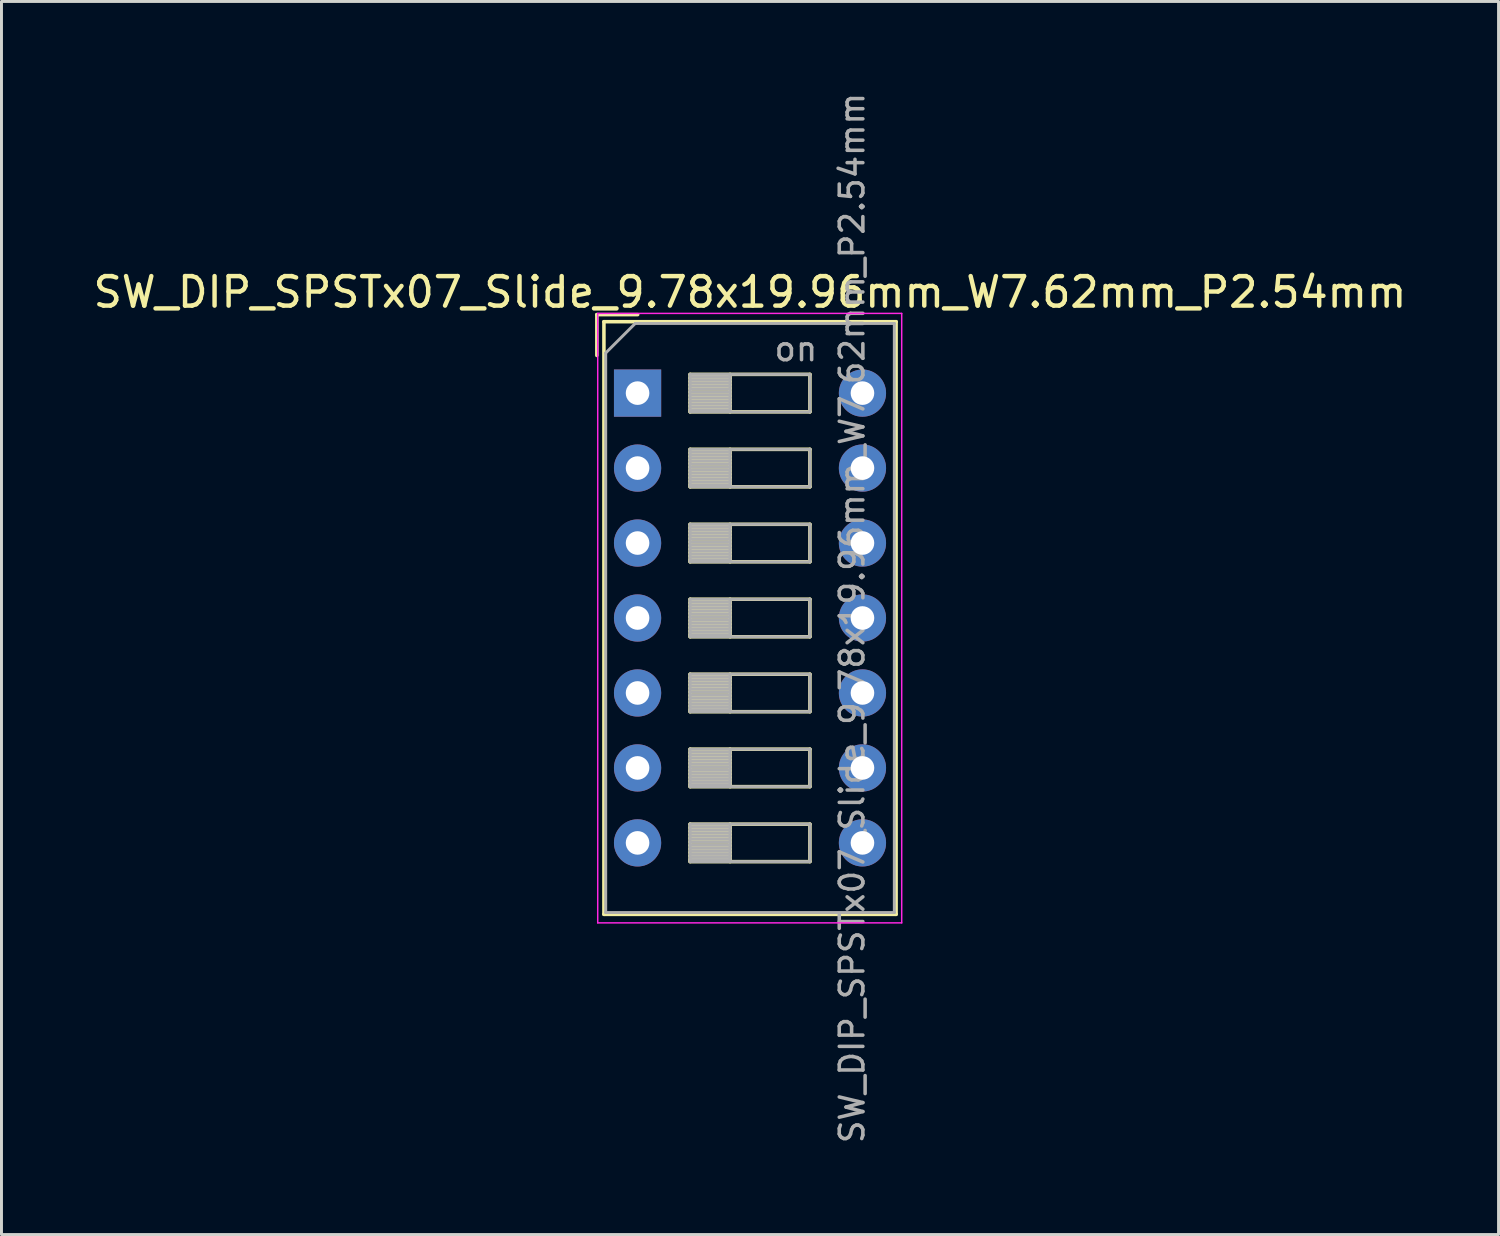
<source format=kicad_pcb>
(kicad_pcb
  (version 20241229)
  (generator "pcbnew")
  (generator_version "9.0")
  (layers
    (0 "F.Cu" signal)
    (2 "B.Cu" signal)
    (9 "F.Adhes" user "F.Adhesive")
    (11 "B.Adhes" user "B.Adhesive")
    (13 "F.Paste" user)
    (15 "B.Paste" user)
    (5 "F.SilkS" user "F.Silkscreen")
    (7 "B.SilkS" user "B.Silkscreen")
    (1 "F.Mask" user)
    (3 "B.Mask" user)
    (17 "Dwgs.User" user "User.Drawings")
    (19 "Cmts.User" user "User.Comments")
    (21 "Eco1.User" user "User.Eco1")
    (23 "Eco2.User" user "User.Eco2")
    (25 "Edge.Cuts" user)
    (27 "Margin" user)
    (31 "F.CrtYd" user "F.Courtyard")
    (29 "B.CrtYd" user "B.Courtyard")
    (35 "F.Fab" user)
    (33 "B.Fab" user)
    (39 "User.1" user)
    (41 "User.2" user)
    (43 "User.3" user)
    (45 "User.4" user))
  (footprint "SW_DIP_SPSTx07_Slide_9.78x19.96mm_W7.62mm_P2.54mm"
    (layer "F.Cu")
    (at 18.553 10.27)
    (property "Reference" "SW_DIP_SPSTx07_Slide_9.78x19.96mm_W7.62mm_P2.54mm" (at 3.81 -3.42 0) (layer "F.SilkS") (effects (font (size 1 1) (thickness 0.15))))
    (attr through_hole)
    (fp_line (start -1.38 -2.66) (end -1.38 -1.277) (stroke (width 0.12) (type solid)) (layer "F.SilkS"))
    (fp_line (start -1.38 -2.66) (end 0.004 -2.66) (stroke (width 0.12) (type solid)) (layer "F.SilkS"))
    (fp_line (start -1.14 -2.42) (end -1.14 17.661) (stroke (width 0.12) (type solid)) (layer "F.SilkS"))
    (fp_line (start -1.14 -2.42) (end 8.76 -2.42) (stroke (width 0.12) (type solid)) (layer "F.SilkS"))
    (fp_line (start -1.14 17.661) (end 8.76 17.661) (stroke (width 0.12) (type solid)) (layer "F.SilkS"))
    (fp_line (start 1.78 -0.635) (end 1.78 0.635) (stroke (width 0.12) (type solid)) (layer "F.SilkS"))
    (fp_line (start 1.78 -0.515) (end 3.133 -0.515) (stroke (width 0.12) (type solid)) (layer "F.SilkS"))
    (fp_line (start 1.78 -0.395) (end 3.133 -0.395) (stroke (width 0.12) (type solid)) (layer "F.SilkS"))
    (fp_line (start 1.78 -0.275) (end 3.133 -0.275) (stroke (width 0.12) (type solid)) (layer "F.SilkS"))
    (fp_line (start 1.78 -0.155) (end 3.133 -0.155) (stroke (width 0.12) (type solid)) (layer "F.SilkS"))
    (fp_line (start 1.78 -0.035) (end 3.133 -0.035) (stroke (width 0.12) (type solid)) (layer "F.SilkS"))
    (fp_line (start 1.78 0.085) (end 3.133 0.085) (stroke (width 0.12) (type solid)) (layer "F.SilkS"))
    (fp_line (start 1.78 0.205) (end 3.133 0.205) (stroke (width 0.12) (type solid)) (layer "F.SilkS"))
    (fp_line (start 1.78 0.325) (end 3.133 0.325) (stroke (width 0.12) (type solid)) (layer "F.SilkS"))
    (fp_line (start 1.78 0.445) (end 3.133 0.445) (stroke (width 0.12) (type solid)) (layer "F.SilkS"))
    (fp_line (start 1.78 0.565) (end 3.133 0.565) (stroke (width 0.12) (type solid)) (layer "F.SilkS"))
    (fp_line (start 1.78 0.635) (end 5.84 0.635) (stroke (width 0.12) (type solid)) (layer "F.SilkS"))
    (fp_line (start 1.78 1.905) (end 1.78 3.175) (stroke (width 0.12) (type solid)) (layer "F.SilkS"))
    (fp_line (start 1.78 2.025) (end 3.133 2.025) (stroke (width 0.12) (type solid)) (layer "F.SilkS"))
    (fp_line (start 1.78 2.145) (end 3.133 2.145) (stroke (width 0.12) (type solid)) (layer "F.SilkS"))
    (fp_line (start 1.78 2.265) (end 3.133 2.265) (stroke (width 0.12) (type solid)) (layer "F.SilkS"))
    (fp_line (start 1.78 2.385) (end 3.133 2.385) (stroke (width 0.12) (type solid)) (layer "F.SilkS"))
    (fp_line (start 1.78 2.505) (end 3.133 2.505) (stroke (width 0.12) (type solid)) (layer "F.SilkS"))
    (fp_line (start 1.78 2.625) (end 3.133 2.625) (stroke (width 0.12) (type solid)) (layer "F.SilkS"))
    (fp_line (start 1.78 2.745) (end 3.133 2.745) (stroke (width 0.12) (type solid)) (layer "F.SilkS"))
    (fp_line (start 1.78 2.865) (end 3.133 2.865) (stroke (width 0.12) (type solid)) (layer "F.SilkS"))
    (fp_line (start 1.78 2.985) (end 3.133 2.985) (stroke (width 0.12) (type solid)) (layer "F.SilkS"))
    (fp_line (start 1.78 3.105) (end 3.133 3.105) (stroke (width 0.12) (type solid)) (layer "F.SilkS"))
    (fp_line (start 1.78 3.175) (end 5.84 3.175) (stroke (width 0.12) (type solid)) (layer "F.SilkS"))
    (fp_line (start 1.78 4.445) (end 1.78 5.715) (stroke (width 0.12) (type solid)) (layer "F.SilkS"))
    (fp_line (start 1.78 4.565) (end 3.133 4.565) (stroke (width 0.12) (type solid)) (layer "F.SilkS"))
    (fp_line (start 1.78 4.685) (end 3.133 4.685) (stroke (width 0.12) (type solid)) (layer "F.SilkS"))
    (fp_line (start 1.78 4.805) (end 3.133 4.805) (stroke (width 0.12) (type solid)) (layer "F.SilkS"))
    (fp_line (start 1.78 4.925) (end 3.133 4.925) (stroke (width 0.12) (type solid)) (layer "F.SilkS"))
    (fp_line (start 1.78 5.045) (end 3.133 5.045) (stroke (width 0.12) (type solid)) (layer "F.SilkS"))
    (fp_line (start 1.78 5.165) (end 3.133 5.165) (stroke (width 0.12) (type solid)) (layer "F.SilkS"))
    (fp_line (start 1.78 5.285) (end 3.133 5.285) (stroke (width 0.12) (type solid)) (layer "F.SilkS"))
    (fp_line (start 1.78 5.405) (end 3.133 5.405) (stroke (width 0.12) (type solid)) (layer "F.SilkS"))
    (fp_line (start 1.78 5.525) (end 3.133 5.525) (stroke (width 0.12) (type solid)) (layer "F.SilkS"))
    (fp_line (start 1.78 5.645) (end 3.133 5.645) (stroke (width 0.12) (type solid)) (layer "F.SilkS"))
    (fp_line (start 1.78 5.715) (end 5.84 5.715) (stroke (width 0.12) (type solid)) (layer "F.SilkS"))
    (fp_line (start 1.78 6.985) (end 1.78 8.255) (stroke (width 0.12) (type solid)) (layer "F.SilkS"))
    (fp_line (start 1.78 7.105) (end 3.133 7.105) (stroke (width 0.12) (type solid)) (layer "F.SilkS"))
    (fp_line (start 1.78 7.225) (end 3.133 7.225) (stroke (width 0.12) (type solid)) (layer "F.SilkS"))
    (fp_line (start 1.78 7.345) (end 3.133 7.345) (stroke (width 0.12) (type solid)) (layer "F.SilkS"))
    (fp_line (start 1.78 7.465) (end 3.133 7.465) (stroke (width 0.12) (type solid)) (layer "F.SilkS"))
    (fp_line (start 1.78 7.585) (end 3.133 7.585) (stroke (width 0.12) (type solid)) (layer "F.SilkS"))
    (fp_line (start 1.78 7.705) (end 3.133 7.705) (stroke (width 0.12) (type solid)) (layer "F.SilkS"))
    (fp_line (start 1.78 7.825) (end 3.133 7.825) (stroke (width 0.12) (type solid)) (layer "F.SilkS"))
    (fp_line (start 1.78 7.945) (end 3.133 7.945) (stroke (width 0.12) (type solid)) (layer "F.SilkS"))
    (fp_line (start 1.78 8.065) (end 3.133 8.065) (stroke (width 0.12) (type solid)) (layer "F.SilkS"))
    (fp_line (start 1.78 8.185) (end 3.133 8.185) (stroke (width 0.12) (type solid)) (layer "F.SilkS"))
    (fp_line (start 1.78 8.255) (end 5.84 8.255) (stroke (width 0.12) (type solid)) (layer "F.SilkS"))
    (fp_line (start 1.78 9.525) (end 1.78 10.795) (stroke (width 0.12) (type solid)) (layer "F.SilkS"))
    (fp_line (start 1.78 9.645) (end 3.133 9.645) (stroke (width 0.12) (type solid)) (layer "F.SilkS"))
    (fp_line (start 1.78 9.765) (end 3.133 9.765) (stroke (width 0.12) (type solid)) (layer "F.SilkS"))
    (fp_line (start 1.78 9.885) (end 3.133 9.885) (stroke (width 0.12) (type solid)) (layer "F.SilkS"))
    (fp_line (start 1.78 10.005) (end 3.133 10.005) (stroke (width 0.12) (type solid)) (layer "F.SilkS"))
    (fp_line (start 1.78 10.125) (end 3.133 10.125) (stroke (width 0.12) (type solid)) (layer "F.SilkS"))
    (fp_line (start 1.78 10.245) (end 3.133 10.245) (stroke (width 0.12) (type solid)) (layer "F.SilkS"))
    (fp_line (start 1.78 10.365) (end 3.133 10.365) (stroke (width 0.12) (type solid)) (layer "F.SilkS"))
    (fp_line (start 1.78 10.485) (end 3.133 10.485) (stroke (width 0.12) (type solid)) (layer "F.SilkS"))
    (fp_line (start 1.78 10.605) (end 3.133 10.605) (stroke (width 0.12) (type solid)) (layer "F.SilkS"))
    (fp_line (start 1.78 10.725) (end 3.133 10.725) (stroke (width 0.12) (type solid)) (layer "F.SilkS"))
    (fp_line (start 1.78 10.795) (end 5.84 10.795) (stroke (width 0.12) (type solid)) (layer "F.SilkS"))
    (fp_line (start 1.78 12.065) (end 1.78 13.335) (stroke (width 0.12) (type solid)) (layer "F.SilkS"))
    (fp_line (start 1.78 12.185) (end 3.133 12.185) (stroke (width 0.12) (type solid)) (layer "F.SilkS"))
    (fp_line (start 1.78 12.305) (end 3.133 12.305) (stroke (width 0.12) (type solid)) (layer "F.SilkS"))
    (fp_line (start 1.78 12.425) (end 3.133 12.425) (stroke (width 0.12) (type solid)) (layer "F.SilkS"))
    (fp_line (start 1.78 12.545) (end 3.133 12.545) (stroke (width 0.12) (type solid)) (layer "F.SilkS"))
    (fp_line (start 1.78 12.665) (end 3.133 12.665) (stroke (width 0.12) (type solid)) (layer "F.SilkS"))
    (fp_line (start 1.78 12.785) (end 3.133 12.785) (stroke (width 0.12) (type solid)) (layer "F.SilkS"))
    (fp_line (start 1.78 12.905) (end 3.133 12.905) (stroke (width 0.12) (type solid)) (layer "F.SilkS"))
    (fp_line (start 1.78 13.025) (end 3.133 13.025) (stroke (width 0.12) (type solid)) (layer "F.SilkS"))
    (fp_line (start 1.78 13.145) (end 3.133 13.145) (stroke (width 0.12) (type solid)) (layer "F.SilkS"))
    (fp_line (start 1.78 13.265) (end 3.133 13.265) (stroke (width 0.12) (type solid)) (layer "F.SilkS"))
    (fp_line (start 1.78 13.335) (end 5.84 13.335) (stroke (width 0.12) (type solid)) (layer "F.SilkS"))
    (fp_line (start 1.78 14.605) (end 1.78 15.875) (stroke (width 0.12) (type solid)) (layer "F.SilkS"))
    (fp_line (start 1.78 14.725) (end 3.133 14.725) (stroke (width 0.12) (type solid)) (layer "F.SilkS"))
    (fp_line (start 1.78 14.845) (end 3.133 14.845) (stroke (width 0.12) (type solid)) (layer "F.SilkS"))
    (fp_line (start 1.78 14.965) (end 3.133 14.965) (stroke (width 0.12) (type solid)) (layer "F.SilkS"))
    (fp_line (start 1.78 15.085) (end 3.133 15.085) (stroke (width 0.12) (type solid)) (layer "F.SilkS"))
    (fp_line (start 1.78 15.205) (end 3.133 15.205) (stroke (width 0.12) (type solid)) (layer "F.SilkS"))
    (fp_line (start 1.78 15.325) (end 3.133 15.325) (stroke (width 0.12) (type solid)) (layer "F.SilkS"))
    (fp_line (start 1.78 15.445) (end 3.133 15.445) (stroke (width 0.12) (type solid)) (layer "F.SilkS"))
    (fp_line (start 1.78 15.565) (end 3.133 15.565) (stroke (width 0.12) (type solid)) (layer "F.SilkS"))
    (fp_line (start 1.78 15.685) (end 3.133 15.685) (stroke (width 0.12) (type solid)) (layer "F.SilkS"))
    (fp_line (start 1.78 15.805) (end 3.133 15.805) (stroke (width 0.12) (type solid)) (layer "F.SilkS"))
    (fp_line (start 1.78 15.875) (end 5.84 15.875) (stroke (width 0.12) (type solid)) (layer "F.SilkS"))
    (fp_line (start 3.133 -0.635) (end 3.133 0.635) (stroke (width 0.12) (type solid)) (layer "F.SilkS"))
    (fp_line (start 3.133 1.905) (end 3.133 3.175) (stroke (width 0.12) (type solid)) (layer "F.SilkS"))
    (fp_line (start 3.133 4.445) (end 3.133 5.715) (stroke (width 0.12) (type solid)) (layer "F.SilkS"))
    (fp_line (start 3.133 6.985) (end 3.133 8.255) (stroke (width 0.12) (type solid)) (layer "F.SilkS"))
    (fp_line (start 3.133 9.525) (end 3.133 10.795) (stroke (width 0.12) (type solid)) (layer "F.SilkS"))
    (fp_line (start 3.133 12.065) (end 3.133 13.335) (stroke (width 0.12) (type solid)) (layer "F.SilkS"))
    (fp_line (start 3.133 14.605) (end 3.133 15.875) (stroke (width 0.12) (type solid)) (layer "F.SilkS"))
    (fp_line (start 5.84 -0.635) (end 1.78 -0.635) (stroke (width 0.12) (type solid)) (layer "F.SilkS"))
    (fp_line (start 5.84 0.635) (end 5.84 -0.635) (stroke (width 0.12) (type solid)) (layer "F.SilkS"))
    (fp_line (start 5.84 1.905) (end 1.78 1.905) (stroke (width 0.12) (type solid)) (layer "F.SilkS"))
    (fp_line (start 5.84 3.175) (end 5.84 1.905) (stroke (width 0.12) (type solid)) (layer "F.SilkS"))
    (fp_line (start 5.84 4.445) (end 1.78 4.445) (stroke (width 0.12) (type solid)) (layer "F.SilkS"))
    (fp_line (start 5.84 5.715) (end 5.84 4.445) (stroke (width 0.12) (type solid)) (layer "F.SilkS"))
    (fp_line (start 5.84 6.985) (end 1.78 6.985) (stroke (width 0.12) (type solid)) (layer "F.SilkS"))
    (fp_line (start 5.84 8.255) (end 5.84 6.985) (stroke (width 0.12) (type solid)) (layer "F.SilkS"))
    (fp_line (start 5.84 9.525) (end 1.78 9.525) (stroke (width 0.12) (type solid)) (layer "F.SilkS"))
    (fp_line (start 5.84 10.795) (end 5.84 9.525) (stroke (width 0.12) (type solid)) (layer "F.SilkS"))
    (fp_line (start 5.84 12.065) (end 1.78 12.065) (stroke (width 0.12) (type solid)) (layer "F.SilkS"))
    (fp_line (start 5.84 13.335) (end 5.84 12.065) (stroke (width 0.12) (type solid)) (layer "F.SilkS"))
    (fp_line (start 5.84 14.605) (end 1.78 14.605) (stroke (width 0.12) (type solid)) (layer "F.SilkS"))
    (fp_line (start 5.84 15.875) (end 5.84 14.605) (stroke (width 0.12) (type solid)) (layer "F.SilkS"))
    (fp_line (start 8.76 -2.42) (end 8.76 17.661) (stroke (width 0.12) (type solid)) (layer "F.SilkS"))
    (fp_line (start -1.35 -2.7) (end -1.35 17.95) (stroke (width 0.05) (type solid)) (layer "F.CrtYd"))
    (fp_line (start -1.35 17.95) (end 8.95 17.95) (stroke (width 0.05) (type solid)) (layer "F.CrtYd"))
    (fp_line (start 8.95 -2.7) (end -1.35 -2.7) (stroke (width 0.05) (type solid)) (layer "F.CrtYd"))
    (fp_line (start 8.95 17.95) (end 8.95 -2.7) (stroke (width 0.05) (type solid)) (layer "F.CrtYd"))
    (fp_line (start -1.08 -1.36) (end -0.08 -2.36) (stroke (width 0.1) (type solid)) (layer "F.Fab"))
    (fp_line (start -1.08 17.6) (end -1.08 -1.36) (stroke (width 0.1) (type solid)) (layer "F.Fab"))
    (fp_line (start -0.08 -2.36) (end 8.7 -2.36) (stroke (width 0.1) (type solid)) (layer "F.Fab"))
    (fp_line (start 1.78 -0.635) (end 1.78 0.635) (stroke (width 0.1) (type solid)) (layer "F.Fab"))
    (fp_line (start 1.78 -0.535) (end 3.133 -0.535) (stroke (width 0.1) (type solid)) (layer "F.Fab"))
    (fp_line (start 1.78 -0.435) (end 3.133 -0.435) (stroke (width 0.1) (type solid)) (layer "F.Fab"))
    (fp_line (start 1.78 -0.335) (end 3.133 -0.335) (stroke (width 0.1) (type solid)) (layer "F.Fab"))
    (fp_line (start 1.78 -0.235) (end 3.133 -0.235) (stroke (width 0.1) (type solid)) (layer "F.Fab"))
    (fp_line (start 1.78 -0.135) (end 3.133 -0.135) (stroke (width 0.1) (type solid)) (layer "F.Fab"))
    (fp_line (start 1.78 -0.035) (end 3.133 -0.035) (stroke (width 0.1) (type solid)) (layer "F.Fab"))
    (fp_line (start 1.78 0.065) (end 3.133 0.065) (stroke (width 0.1) (type solid)) (layer "F.Fab"))
    (fp_line (start 1.78 0.165) (end 3.133 0.165) (stroke (width 0.1) (type solid)) (layer "F.Fab"))
    (fp_line (start 1.78 0.265) (end 3.133 0.265) (stroke (width 0.1) (type solid)) (layer "F.Fab"))
    (fp_line (start 1.78 0.365) (end 3.133 0.365) (stroke (width 0.1) (type solid)) (layer "F.Fab"))
    (fp_line (start 1.78 0.465) (end 3.133 0.465) (stroke (width 0.1) (type solid)) (layer "F.Fab"))
    (fp_line (start 1.78 0.565) (end 3.133 0.565) (stroke (width 0.1) (type solid)) (layer "F.Fab"))
    (fp_line (start 1.78 0.635) (end 5.84 0.635) (stroke (width 0.1) (type solid)) (layer "F.Fab"))
    (fp_line (start 1.78 1.905) (end 1.78 3.175) (stroke (width 0.1) (type solid)) (layer "F.Fab"))
    (fp_line (start 1.78 2.005) (end 3.133 2.005) (stroke (width 0.1) (type solid)) (layer "F.Fab"))
    (fp_line (start 1.78 2.105) (end 3.133 2.105) (stroke (width 0.1) (type solid)) (layer "F.Fab"))
    (fp_line (start 1.78 2.205) (end 3.133 2.205) (stroke (width 0.1) (type solid)) (layer "F.Fab"))
    (fp_line (start 1.78 2.305) (end 3.133 2.305) (stroke (width 0.1) (type solid)) (layer "F.Fab"))
    (fp_line (start 1.78 2.405) (end 3.133 2.405) (stroke (width 0.1) (type solid)) (layer "F.Fab"))
    (fp_line (start 1.78 2.505) (end 3.133 2.505) (stroke (width 0.1) (type solid)) (layer "F.Fab"))
    (fp_line (start 1.78 2.605) (end 3.133 2.605) (stroke (width 0.1) (type solid)) (layer "F.Fab"))
    (fp_line (start 1.78 2.705) (end 3.133 2.705) (stroke (width 0.1) (type solid)) (layer "F.Fab"))
    (fp_line (start 1.78 2.805) (end 3.133 2.805) (stroke (width 0.1) (type solid)) (layer "F.Fab"))
    (fp_line (start 1.78 2.905) (end 3.133 2.905) (stroke (width 0.1) (type solid)) (layer "F.Fab"))
    (fp_line (start 1.78 3.005) (end 3.133 3.005) (stroke (width 0.1) (type solid)) (layer "F.Fab"))
    (fp_line (start 1.78 3.105) (end 3.133 3.105) (stroke (width 0.1) (type solid)) (layer "F.Fab"))
    (fp_line (start 1.78 3.175) (end 5.84 3.175) (stroke (width 0.1) (type solid)) (layer "F.Fab"))
    (fp_line (start 1.78 4.445) (end 1.78 5.715) (stroke (width 0.1) (type solid)) (layer "F.Fab"))
    (fp_line (start 1.78 4.545) (end 3.133 4.545) (stroke (width 0.1) (type solid)) (layer "F.Fab"))
    (fp_line (start 1.78 4.645) (end 3.133 4.645) (stroke (width 0.1) (type solid)) (layer "F.Fab"))
    (fp_line (start 1.78 4.745) (end 3.133 4.745) (stroke (width 0.1) (type solid)) (layer "F.Fab"))
    (fp_line (start 1.78 4.845) (end 3.133 4.845) (stroke (width 0.1) (type solid)) (layer "F.Fab"))
    (fp_line (start 1.78 4.945) (end 3.133 4.945) (stroke (width 0.1) (type solid)) (layer "F.Fab"))
    (fp_line (start 1.78 5.045) (end 3.133 5.045) (stroke (width 0.1) (type solid)) (layer "F.Fab"))
    (fp_line (start 1.78 5.145) (end 3.133 5.145) (stroke (width 0.1) (type solid)) (layer "F.Fab"))
    (fp_line (start 1.78 5.245) (end 3.133 5.245) (stroke (width 0.1) (type solid)) (layer "F.Fab"))
    (fp_line (start 1.78 5.345) (end 3.133 5.345) (stroke (width 0.1) (type solid)) (layer "F.Fab"))
    (fp_line (start 1.78 5.445) (end 3.133 5.445) (stroke (width 0.1) (type solid)) (layer "F.Fab"))
    (fp_line (start 1.78 5.545) (end 3.133 5.545) (stroke (width 0.1) (type solid)) (layer "F.Fab"))
    (fp_line (start 1.78 5.645) (end 3.133 5.645) (stroke (width 0.1) (type solid)) (layer "F.Fab"))
    (fp_line (start 1.78 5.715) (end 5.84 5.715) (stroke (width 0.1) (type solid)) (layer "F.Fab"))
    (fp_line (start 1.78 6.985) (end 1.78 8.255) (stroke (width 0.1) (type solid)) (layer "F.Fab"))
    (fp_line (start 1.78 7.085) (end 3.133 7.085) (stroke (width 0.1) (type solid)) (layer "F.Fab"))
    (fp_line (start 1.78 7.185) (end 3.133 7.185) (stroke (width 0.1) (type solid)) (layer "F.Fab"))
    (fp_line (start 1.78 7.285) (end 3.133 7.285) (stroke (width 0.1) (type solid)) (layer "F.Fab"))
    (fp_line (start 1.78 7.385) (end 3.133 7.385) (stroke (width 0.1) (type solid)) (layer "F.Fab"))
    (fp_line (start 1.78 7.485) (end 3.133 7.485) (stroke (width 0.1) (type solid)) (layer "F.Fab"))
    (fp_line (start 1.78 7.585) (end 3.133 7.585) (stroke (width 0.1) (type solid)) (layer "F.Fab"))
    (fp_line (start 1.78 7.685) (end 3.133 7.685) (stroke (width 0.1) (type solid)) (layer "F.Fab"))
    (fp_line (start 1.78 7.785) (end 3.133 7.785) (stroke (width 0.1) (type solid)) (layer "F.Fab"))
    (fp_line (start 1.78 7.885) (end 3.133 7.885) (stroke (width 0.1) (type solid)) (layer "F.Fab"))
    (fp_line (start 1.78 7.985) (end 3.133 7.985) (stroke (width 0.1) (type solid)) (layer "F.Fab"))
    (fp_line (start 1.78 8.085) (end 3.133 8.085) (stroke (width 0.1) (type solid)) (layer "F.Fab"))
    (fp_line (start 1.78 8.185) (end 3.133 8.185) (stroke (width 0.1) (type solid)) (layer "F.Fab"))
    (fp_line (start 1.78 8.255) (end 5.84 8.255) (stroke (width 0.1) (type solid)) (layer "F.Fab"))
    (fp_line (start 1.78 9.525) (end 1.78 10.795) (stroke (width 0.1) (type solid)) (layer "F.Fab"))
    (fp_line (start 1.78 9.625) (end 3.133 9.625) (stroke (width 0.1) (type solid)) (layer "F.Fab"))
    (fp_line (start 1.78 9.725) (end 3.133 9.725) (stroke (width 0.1) (type solid)) (layer "F.Fab"))
    (fp_line (start 1.78 9.825) (end 3.133 9.825) (stroke (width 0.1) (type solid)) (layer "F.Fab"))
    (fp_line (start 1.78 9.925) (end 3.133 9.925) (stroke (width 0.1) (type solid)) (layer "F.Fab"))
    (fp_line (start 1.78 10.025) (end 3.133 10.025) (stroke (width 0.1) (type solid)) (layer "F.Fab"))
    (fp_line (start 1.78 10.125) (end 3.133 10.125) (stroke (width 0.1) (type solid)) (layer "F.Fab"))
    (fp_line (start 1.78 10.225) (end 3.133 10.225) (stroke (width 0.1) (type solid)) (layer "F.Fab"))
    (fp_line (start 1.78 10.325) (end 3.133 10.325) (stroke (width 0.1) (type solid)) (layer "F.Fab"))
    (fp_line (start 1.78 10.425) (end 3.133 10.425) (stroke (width 0.1) (type solid)) (layer "F.Fab"))
    (fp_line (start 1.78 10.525) (end 3.133 10.525) (stroke (width 0.1) (type solid)) (layer "F.Fab"))
    (fp_line (start 1.78 10.625) (end 3.133 10.625) (stroke (width 0.1) (type solid)) (layer "F.Fab"))
    (fp_line (start 1.78 10.725) (end 3.133 10.725) (stroke (width 0.1) (type solid)) (layer "F.Fab"))
    (fp_line (start 1.78 10.795) (end 5.84 10.795) (stroke (width 0.1) (type solid)) (layer "F.Fab"))
    (fp_line (start 1.78 12.065) (end 1.78 13.335) (stroke (width 0.1) (type solid)) (layer "F.Fab"))
    (fp_line (start 1.78 12.165) (end 3.133 12.165) (stroke (width 0.1) (type solid)) (layer "F.Fab"))
    (fp_line (start 1.78 12.265) (end 3.133 12.265) (stroke (width 0.1) (type solid)) (layer "F.Fab"))
    (fp_line (start 1.78 12.365) (end 3.133 12.365) (stroke (width 0.1) (type solid)) (layer "F.Fab"))
    (fp_line (start 1.78 12.465) (end 3.133 12.465) (stroke (width 0.1) (type solid)) (layer "F.Fab"))
    (fp_line (start 1.78 12.565) (end 3.133 12.565) (stroke (width 0.1) (type solid)) (layer "F.Fab"))
    (fp_line (start 1.78 12.665) (end 3.133 12.665) (stroke (width 0.1) (type solid)) (layer "F.Fab"))
    (fp_line (start 1.78 12.765) (end 3.133 12.765) (stroke (width 0.1) (type solid)) (layer "F.Fab"))
    (fp_line (start 1.78 12.865) (end 3.133 12.865) (stroke (width 0.1) (type solid)) (layer "F.Fab"))
    (fp_line (start 1.78 12.965) (end 3.133 12.965) (stroke (width 0.1) (type solid)) (layer "F.Fab"))
    (fp_line (start 1.78 13.065) (end 3.133 13.065) (stroke (width 0.1) (type solid)) (layer "F.Fab"))
    (fp_line (start 1.78 13.165) (end 3.133 13.165) (stroke (width 0.1) (type solid)) (layer "F.Fab"))
    (fp_line (start 1.78 13.265) (end 3.133 13.265) (stroke (width 0.1) (type solid)) (layer "F.Fab"))
    (fp_line (start 1.78 13.335) (end 5.84 13.335) (stroke (width 0.1) (type solid)) (layer "F.Fab"))
    (fp_line (start 1.78 14.605) (end 1.78 15.875) (stroke (width 0.1) (type solid)) (layer "F.Fab"))
    (fp_line (start 1.78 14.705) (end 3.133 14.705) (stroke (width 0.1) (type solid)) (layer "F.Fab"))
    (fp_line (start 1.78 14.805) (end 3.133 14.805) (stroke (width 0.1) (type solid)) (layer "F.Fab"))
    (fp_line (start 1.78 14.905) (end 3.133 14.905) (stroke (width 0.1) (type solid)) (layer "F.Fab"))
    (fp_line (start 1.78 15.005) (end 3.133 15.005) (stroke (width 0.1) (type solid)) (layer "F.Fab"))
    (fp_line (start 1.78 15.105) (end 3.133 15.105) (stroke (width 0.1) (type solid)) (layer "F.Fab"))
    (fp_line (start 1.78 15.205) (end 3.133 15.205) (stroke (width 0.1) (type solid)) (layer "F.Fab"))
    (fp_line (start 1.78 15.305) (end 3.133 15.305) (stroke (width 0.1) (type solid)) (layer "F.Fab"))
    (fp_line (start 1.78 15.405) (end 3.133 15.405) (stroke (width 0.1) (type solid)) (layer "F.Fab"))
    (fp_line (start 1.78 15.505) (end 3.133 15.505) (stroke (width 0.1) (type solid)) (layer "F.Fab"))
    (fp_line (start 1.78 15.605) (end 3.133 15.605) (stroke (width 0.1) (type solid)) (layer "F.Fab"))
    (fp_line (start 1.78 15.705) (end 3.133 15.705) (stroke (width 0.1) (type solid)) (layer "F.Fab"))
    (fp_line (start 1.78 15.805) (end 3.133 15.805) (stroke (width 0.1) (type solid)) (layer "F.Fab"))
    (fp_line (start 1.78 15.875) (end 5.84 15.875) (stroke (width 0.1) (type solid)) (layer "F.Fab"))
    (fp_line (start 3.133 -0.635) (end 3.133 0.635) (stroke (width 0.1) (type solid)) (layer "F.Fab"))
    (fp_line (start 3.133 1.905) (end 3.133 3.175) (stroke (width 0.1) (type solid)) (layer "F.Fab"))
    (fp_line (start 3.133 4.445) (end 3.133 5.715) (stroke (width 0.1) (type solid)) (layer "F.Fab"))
    (fp_line (start 3.133 6.985) (end 3.133 8.255) (stroke (width 0.1) (type solid)) (layer "F.Fab"))
    (fp_line (start 3.133 9.525) (end 3.133 10.795) (stroke (width 0.1) (type solid)) (layer "F.Fab"))
    (fp_line (start 3.133 12.065) (end 3.133 13.335) (stroke (width 0.1) (type solid)) (layer "F.Fab"))
    (fp_line (start 3.133 14.605) (end 3.133 15.875) (stroke (width 0.1) (type solid)) (layer "F.Fab"))
    (fp_line (start 5.84 -0.635) (end 1.78 -0.635) (stroke (width 0.1) (type solid)) (layer "F.Fab"))
    (fp_line (start 5.84 0.635) (end 5.84 -0.635) (stroke (width 0.1) (type solid)) (layer "F.Fab"))
    (fp_line (start 5.84 1.905) (end 1.78 1.905) (stroke (width 0.1) (type solid)) (layer "F.Fab"))
    (fp_line (start 5.84 3.175) (end 5.84 1.905) (stroke (width 0.1) (type solid)) (layer "F.Fab"))
    (fp_line (start 5.84 4.445) (end 1.78 4.445) (stroke (width 0.1) (type solid)) (layer "F.Fab"))
    (fp_line (start 5.84 5.715) (end 5.84 4.445) (stroke (width 0.1) (type solid)) (layer "F.Fab"))
    (fp_line (start 5.84 6.985) (end 1.78 6.985) (stroke (width 0.1) (type solid)) (layer "F.Fab"))
    (fp_line (start 5.84 8.255) (end 5.84 6.985) (stroke (width 0.1) (type solid)) (layer "F.Fab"))
    (fp_line (start 5.84 9.525) (end 1.78 9.525) (stroke (width 0.1) (type solid)) (layer "F.Fab"))
    (fp_line (start 5.84 10.795) (end 5.84 9.525) (stroke (width 0.1) (type solid)) (layer "F.Fab"))
    (fp_line (start 5.84 12.065) (end 1.78 12.065) (stroke (width 0.1) (type solid)) (layer "F.Fab"))
    (fp_line (start 5.84 13.335) (end 5.84 12.065) (stroke (width 0.1) (type solid)) (layer "F.Fab"))
    (fp_line (start 5.84 14.605) (end 1.78 14.605) (stroke (width 0.1) (type solid)) (layer "F.Fab"))
    (fp_line (start 5.84 15.875) (end 5.84 14.605) (stroke (width 0.1) (type solid)) (layer "F.Fab"))
    (fp_line (start 8.7 -2.36) (end 8.7 17.6) (stroke (width 0.1) (type solid)) (layer "F.Fab"))
    (fp_line (start 8.7 17.6) (end -1.08 17.6) (stroke (width 0.1) (type solid)) (layer "F.Fab"))
    (fp_text user "${REFERENCE}" (at 7.27 7.62 90) (layer "F.Fab") (effects (font (size 0.8 0.8) (thickness 0.12))))
    (fp_text user "on" (at 5.365 -1.498 0) (layer "F.Fab") (effects (font (size 0.8 0.8) (thickness 0.12))))
    (pad "1" thru_hole rect (at 0 0) (size 1.6 1.6) (drill 0.8) (layers "*.Cu" "*.Mask"))
    (pad "2" thru_hole oval (at 0 2.54) (size 1.6 1.6) (drill 0.8) (layers "*.Cu" "*.Mask"))
    (pad "3" thru_hole oval (at 0 5.08) (size 1.6 1.6) (drill 0.8) (layers "*.Cu" "*.Mask"))
    (pad "4" thru_hole oval (at 0 7.62) (size 1.6 1.6) (drill 0.8) (layers "*.Cu" "*.Mask"))
    (pad "5" thru_hole oval (at 0 10.16) (size 1.6 1.6) (drill 0.8) (layers "*.Cu" "*.Mask"))
    (pad "6" thru_hole oval (at 0 12.7) (size 1.6 1.6) (drill 0.8) (layers "*.Cu" "*.Mask"))
    (pad "7" thru_hole oval (at 0 15.24) (size 1.6 1.6) (drill 0.8) (layers "*.Cu" "*.Mask"))
    (pad "8" thru_hole oval (at 7.62 15.24) (size 1.6 1.6) (drill 0.8) (layers "*.Cu" "*.Mask"))
    (pad "9" thru_hole oval (at 7.62 12.7) (size 1.6 1.6) (drill 0.8) (layers "*.Cu" "*.Mask"))
    (pad "10" thru_hole oval (at 7.62 10.16) (size 1.6 1.6) (drill 0.8) (layers "*.Cu" "*.Mask"))
    (pad "11" thru_hole oval (at 7.62 7.62) (size 1.6 1.6) (drill 0.8) (layers "*.Cu" "*.Mask"))
    (pad "12" thru_hole oval (at 7.62 5.08) (size 1.6 1.6) (drill 0.8) (layers "*.Cu" "*.Mask"))
    (pad "13" thru_hole oval (at 7.62 2.54) (size 1.6 1.6) (drill 0.8) (layers "*.Cu" "*.Mask"))
    (pad "14" thru_hole oval (at 7.62 0) (size 1.6 1.6) (drill 0.8) (layers "*.Cu" "*.Mask")))
  (gr_rect
    (start -3 -3)
    (end 47.726 38.781)
    (stroke (width 0.1) (type default))
    (fill no)
    (layer "Edge.Cuts")))
</source>
